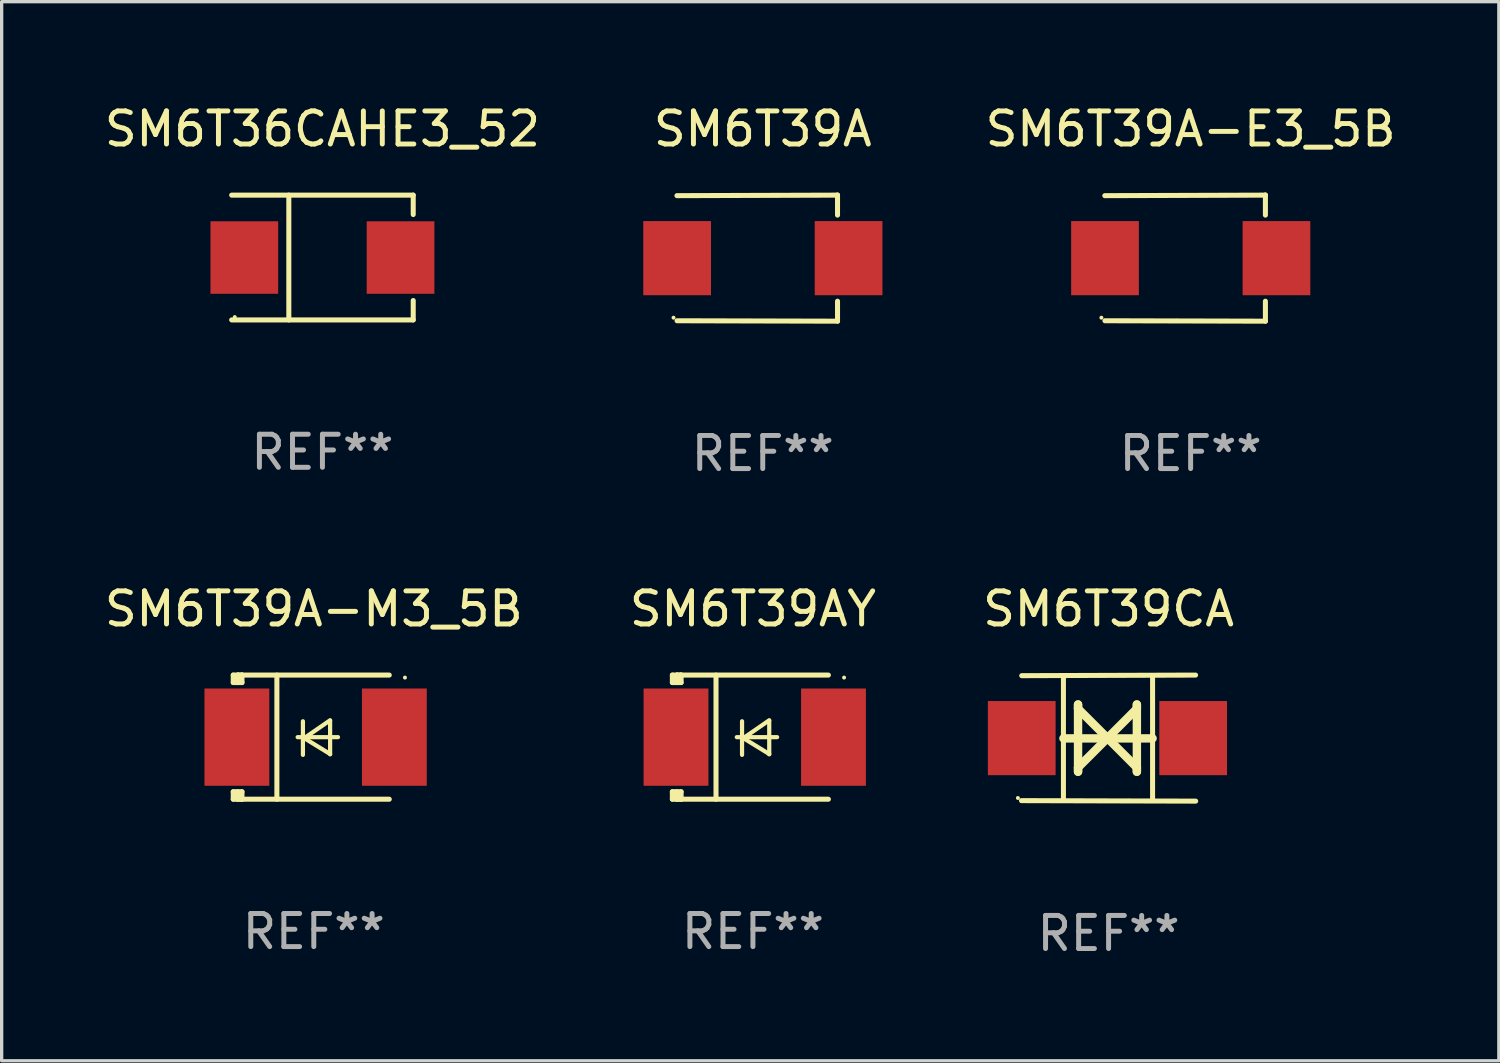
<source format=kicad_pcb>
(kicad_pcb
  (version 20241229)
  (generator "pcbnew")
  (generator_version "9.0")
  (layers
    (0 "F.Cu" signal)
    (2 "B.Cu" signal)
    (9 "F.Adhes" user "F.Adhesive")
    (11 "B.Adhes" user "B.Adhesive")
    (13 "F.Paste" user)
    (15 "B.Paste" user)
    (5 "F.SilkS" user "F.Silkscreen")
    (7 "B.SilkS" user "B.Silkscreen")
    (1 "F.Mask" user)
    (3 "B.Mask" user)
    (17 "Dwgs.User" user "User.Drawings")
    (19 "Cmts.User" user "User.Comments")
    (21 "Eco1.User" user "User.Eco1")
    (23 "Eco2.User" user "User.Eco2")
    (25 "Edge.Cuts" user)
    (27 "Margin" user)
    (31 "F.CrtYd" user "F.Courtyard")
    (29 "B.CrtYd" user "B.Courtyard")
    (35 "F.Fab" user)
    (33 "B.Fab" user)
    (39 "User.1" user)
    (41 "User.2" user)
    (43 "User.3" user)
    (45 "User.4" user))
  (footprint "SM6T39A-E3_5B"
    (layer "F.Cu")
    (at 32.938 4.753)
    (property "Reference" "SM6T39A-E3_5B" (at 0 -3.905 0) (layer "F.SilkS") (effects (font (size 1 1) (thickness 0.15))))
    (attr through_hole)
    (fp_line (start 2.256 -1.905) (end -2.594 -1.889) (stroke (width 0.152) (type solid)) (layer "F.SilkS"))
    (fp_line (start 2.256 -1.905) (end 2.26 -1.905) (stroke (width 0.152) (type solid)) (layer "F.SilkS"))
    (fp_line (start 2.26 -1.905) (end 2.26 -1.301) (stroke (width 0.152) (type solid)) (layer "F.SilkS"))
    (fp_line (start 2.26 1.301) (end 2.26 1.905) (stroke (width 0.152) (type solid)) (layer "F.SilkS"))
    (fp_line (start 2.26 1.905) (end -2.59 1.892) (stroke (width 0.152) (type solid)) (layer "F.SilkS"))
    (fp_circle (center -2.697 1.8) (end -2.667 1.8) (stroke (width 0.06) (type solid)) (fill no) (layer "F.SilkS"))
    (fp_text user "REF**" (at 0 5.905 0) (layer "F.Fab") (effects (font (size 1 1) (thickness 0.15))))
    (pad "1" smd rect (at -2.588 0) (size 2.047 2.241) (layers "F.Cu" "F.Mask" "F.Paste"))
    (pad "2" smd rect (at 2.594 0) (size 2.047 2.241) (layers "F.Cu" "F.Mask" "F.Paste")))
  (footprint "SM6T39CA"
    (layer "F.Cu")
    (at 30.458 19.26)
    (property "Reference" "SM6T39CA" (at 0 -3.905 0) (layer "F.SilkS") (effects (font (size 1 1) (thickness 0.15))))
    (attr through_hole)
    (fp_line (start -1.365 1.886) (end -1.365 -1.886) (stroke (width 0.152) (type solid)) (layer "F.SilkS"))
    (fp_line (start -1.365 0.008) (end 1.33 0.008) (stroke (width 0.254) (type solid)) (layer "F.SilkS"))
    (fp_line (start -0.923 -1.016) (end -0.923 1.016) (stroke (width 0.254) (type solid)) (layer "F.SilkS"))
    (fp_line (start -0.923 -0.889) (end -0.923 -1.016) (stroke (width 0.254) (type solid)) (layer "F.SilkS"))
    (fp_line (start -0.923 0.889) (end -0.034 0) (stroke (width 0.254) (type solid)) (layer "F.SilkS"))
    (fp_line (start -0.923 1.016) (end -0.923 0.889) (stroke (width 0.254) (type solid)) (layer "F.SilkS"))
    (fp_line (start -0.034 0) (end -0.923 -0.889) (stroke (width 0.254) (type solid)) (layer "F.SilkS"))
    (fp_line (start -0.034 0) (end 0.855 0.889) (stroke (width 0.254) (type solid)) (layer "F.SilkS"))
    (fp_line (start 0.855 -1.016) (end 0.855 -0.889) (stroke (width 0.254) (type solid)) (layer "F.SilkS"))
    (fp_line (start 0.855 -0.889) (end -0.034 0) (stroke (width 0.254) (type solid)) (layer "F.SilkS"))
    (fp_line (start 0.855 0.889) (end 0.855 1.016) (stroke (width 0.254) (type solid)) (layer "F.SilkS"))
    (fp_line (start 0.855 1.016) (end 0.855 -1.016) (stroke (width 0.254) (type solid)) (layer "F.SilkS"))
    (fp_line (start 1.33 1.886) (end 1.33 -1.886) (stroke (width 0.152) (type solid)) (layer "F.SilkS"))
    (fp_line (start 2.629 -1.905) (end -2.625 -1.887) (stroke (width 0.152) (type solid)) (layer "F.SilkS"))
    (fp_line (start 2.633 1.905) (end -2.633 1.89) (stroke (width 0.152) (type solid)) (layer "F.SilkS"))
    (fp_circle (center -2.741 1.81) (end -2.711 1.81) (stroke (width 0.06) (type solid)) (fill no) (layer "F.SilkS"))
    (fp_text user "REF**" (at 0 5.905 0) (layer "F.Fab") (effects (font (size 1 1) (thickness 0.15))))
    (pad "1" smd rect (at -2.625 0) (size 2.047 2.241) (layers "F.Cu" "F.Mask" "F.Paste"))
    (pad "2" smd rect (at 2.557 0) (size 2.047 2.241) (layers "F.Cu" "F.Mask" "F.Paste")))
  (footprint "SM6T36CAHE3_52"
    (layer "F.Cu")
    (at 6.696 4.734)
    (property "Reference" "SM6T36CAHE3_52" (at 0 -3.886 0) (layer "F.SilkS") (effects (font (size 1 1) (thickness 0.15))))
    (attr through_hole)
    (fp_line (start -2.744 -1.886) (end 2.744 -1.886) (stroke (width 0.152) (type solid)) (layer "F.SilkS"))
    (fp_line (start -2.744 1.886) (end 2.744 1.886) (stroke (width 0.152) (type solid)) (layer "F.SilkS"))
    (fp_line (start -1.016 -1.886) (end -1.016 1.886) (stroke (width 0.152) (type solid)) (layer "F.SilkS"))
    (fp_line (start 2.744 -1.886) (end 2.744 -1.299) (stroke (width 0.152) (type solid)) (layer "F.SilkS"))
    (fp_line (start 2.744 1.886) (end 2.744 1.299) (stroke (width 0.152) (type solid)) (layer "F.SilkS"))
    (fp_circle (center -2.65 1.8) (end -2.62 1.8) (stroke (width 0.06) (type solid)) (fill no) (layer "F.SilkS"))
    (fp_text user "REF**" (at 0 5.886 0) (layer "F.Fab") (effects (font (size 1 1) (thickness 0.15))))
    (pad "1" smd rect (at -2.361 0) (size 2.047 2.192) (layers "F.Cu" "F.Mask" "F.Paste"))
    (pad "2" smd rect (at 2.361 0) (size 2.047 2.192) (layers "F.Cu" "F.Mask" "F.Paste")))
  (footprint "SM6T39A-M3_5B"
    (layer "F.Cu")
    (at 6.435 19.231)
    (property "Reference" "SM6T39A-M3_5B" (at 0 -3.876 0) (layer "F.SilkS") (effects (font (size 1 1) (thickness 0.15))))
    (attr through_hole)
    (fp_line (start -2.435 1.65) (end -2.171 1.65) (stroke (width 0.152) (type solid)) (layer "F.SilkS"))
    (fp_line (start -2.435 1.876) (end -2.435 1.65) (stroke (width 0.152) (type solid)) (layer "F.SilkS"))
    (fp_line (start -2.435 -1.876) (end -2.171 -1.876) (stroke (width 0.152) (type solid)) (layer "F.SilkS"))
    (fp_line (start -2.435 -1.65) (end -2.435 -1.876) (stroke (width 0.152) (type solid)) (layer "F.SilkS"))
    (fp_line (start -2.305 -1.866) (end -2.295 -1.876) (stroke (width 0.152) (type solid)) (layer "F.SilkS"))
    (fp_line (start -2.305 -1.65) (end -2.305 -1.866) (stroke (width 0.152) (type solid)) (layer "F.SilkS"))
    (fp_line (start -2.305 1.876) (end -2.305 1.65) (stroke (width 0.152) (type solid)) (layer "F.SilkS"))
    (fp_line (start -2.295 -1.876) (end -2.295 -1.65) (stroke (width 0.152) (type solid)) (layer "F.SilkS"))
    (fp_line (start -2.171 1.876) (end -2.435 1.876) (stroke (width 0.152) (type solid)) (layer "F.SilkS"))
    (fp_line (start -2.171 -1.65) (end -2.435 -1.65) (stroke (width 0.152) (type solid)) (layer "F.SilkS"))
    (fp_line (start -2.171 -1.876) (end -2.295 -1.876) (stroke (width 0.152) (type solid)) (layer "F.SilkS"))
    (fp_line (start -2.171 -1.65) (end -2.171 -1.876) (stroke (width 0.152) (type solid)) (layer "F.SilkS"))
    (fp_line (start -2.171 1.876) (end -2.305 1.876) (stroke (width 0.152) (type solid)) (layer "F.SilkS"))
    (fp_line (start -2.171 1.876) (end -2.171 1.65) (stroke (width 0.152) (type solid)) (layer "F.SilkS"))
    (fp_line (start -1.116 1.876) (end -1.116 -1.876) (stroke (width 0.152) (type solid)) (layer "F.SilkS"))
    (fp_line (start -0.488 0.000102) (end 0.731 0.000102) (stroke (width 0.127) (type solid)) (layer "F.SilkS"))
    (fp_line (start -0.329 -0.48) (end -0.329 0.536) (stroke (width 0.127) (type solid)) (layer "F.SilkS"))
    (fp_line (start -0.29 0.03) (end 0.493 0.51) (stroke (width 0.127) (type solid)) (layer "F.SilkS"))
    (fp_line (start 0.493 -0.51) (end -0.29 0.03) (stroke (width 0.127) (type solid)) (layer "F.SilkS"))
    (fp_line (start 0.493 0.52) (end 0.493 -0.496) (stroke (width 0.127) (type solid)) (layer "F.SilkS"))
    (fp_line (start 2.281 -1.876) (end -2.171 -1.876) (stroke (width 0.152) (type solid)) (layer "F.SilkS"))
    (fp_line (start 2.281 1.876) (end -2.171 1.876) (stroke (width 0.152) (type solid)) (layer "F.SilkS"))
    (fp_circle (center 2.755 -1.8) (end 2.785 -1.8) (stroke (width 0.06) (type solid)) (fill no) (layer "F.SilkS"))
    (fp_text user "REF**" (at 0 5.876 0) (layer "F.Fab") (effects (font (size 1 1) (thickness 0.15))))
    (pad "1" smd rect (at 2.435 -0.000025 180) (size 1.96 2.94) (layers "F.Cu" "F.Mask" "F.Paste"))
    (pad "2" smd rect (at -2.325 -0.000025 180) (size 1.96 2.94) (layers "F.Cu" "F.Mask" "F.Paste")))
  (footprint "SM6T39A"
    (layer "F.Cu")
    (at 20.005 4.753)
    (property "Reference" "SM6T39A" (at 0 -3.905 0) (layer "F.SilkS") (effects (font (size 1 1) (thickness 0.15))))
    (attr through_hole)
    (fp_line (start 2.256 -1.905) (end -2.594 -1.889) (stroke (width 0.152) (type solid)) (layer "F.SilkS"))
    (fp_line (start 2.256 -1.905) (end 2.26 -1.905) (stroke (width 0.152) (type solid)) (layer "F.SilkS"))
    (fp_line (start 2.26 -1.905) (end 2.26 -1.301) (stroke (width 0.152) (type solid)) (layer "F.SilkS"))
    (fp_line (start 2.26 1.301) (end 2.26 1.905) (stroke (width 0.152) (type solid)) (layer "F.SilkS"))
    (fp_line (start 2.26 1.905) (end -2.59 1.892) (stroke (width 0.152) (type solid)) (layer "F.SilkS"))
    (fp_circle (center -2.697 1.8) (end -2.667 1.8) (stroke (width 0.06) (type solid)) (fill no) (layer "F.SilkS"))
    (fp_text user "REF**" (at 0 5.905 0) (layer "F.Fab") (effects (font (size 1 1) (thickness 0.15))))
    (pad "1" smd rect (at -2.588 0) (size 2.047 2.241) (layers "F.Cu" "F.Mask" "F.Paste"))
    (pad "2" smd rect (at 2.594 0) (size 2.047 2.241) (layers "F.Cu" "F.Mask" "F.Paste")))
  (footprint "SM6T39AY"
    (layer "F.Cu")
    (at 19.708 19.231)
    (property "Reference" "SM6T39AY" (at 0 -3.876 0) (layer "F.SilkS") (effects (font (size 1 1) (thickness 0.15))))
    (attr through_hole)
    (fp_line (start -2.435 1.65) (end -2.171 1.65) (stroke (width 0.152) (type solid)) (layer "F.SilkS"))
    (fp_line (start -2.435 1.876) (end -2.435 1.65) (stroke (width 0.152) (type solid)) (layer "F.SilkS"))
    (fp_line (start -2.435 -1.876) (end -2.171 -1.876) (stroke (width 0.152) (type solid)) (layer "F.SilkS"))
    (fp_line (start -2.435 -1.65) (end -2.435 -1.876) (stroke (width 0.152) (type solid)) (layer "F.SilkS"))
    (fp_line (start -2.305 -1.866) (end -2.295 -1.876) (stroke (width 0.152) (type solid)) (layer "F.SilkS"))
    (fp_line (start -2.305 -1.65) (end -2.305 -1.866) (stroke (width 0.152) (type solid)) (layer "F.SilkS"))
    (fp_line (start -2.305 1.876) (end -2.305 1.65) (stroke (width 0.152) (type solid)) (layer "F.SilkS"))
    (fp_line (start -2.295 -1.876) (end -2.295 -1.65) (stroke (width 0.152) (type solid)) (layer "F.SilkS"))
    (fp_line (start -2.171 1.876) (end -2.435 1.876) (stroke (width 0.152) (type solid)) (layer "F.SilkS"))
    (fp_line (start -2.171 -1.65) (end -2.435 -1.65) (stroke (width 0.152) (type solid)) (layer "F.SilkS"))
    (fp_line (start -2.171 -1.876) (end -2.295 -1.876) (stroke (width 0.152) (type solid)) (layer "F.SilkS"))
    (fp_line (start -2.171 -1.65) (end -2.171 -1.876) (stroke (width 0.152) (type solid)) (layer "F.SilkS"))
    (fp_line (start -2.171 1.876) (end -2.305 1.876) (stroke (width 0.152) (type solid)) (layer "F.SilkS"))
    (fp_line (start -2.171 1.876) (end -2.171 1.65) (stroke (width 0.152) (type solid)) (layer "F.SilkS"))
    (fp_line (start -1.116 1.876) (end -1.116 -1.876) (stroke (width 0.152) (type solid)) (layer "F.SilkS"))
    (fp_line (start -0.488 0.000102) (end 0.731 0.000102) (stroke (width 0.127) (type solid)) (layer "F.SilkS"))
    (fp_line (start -0.329 -0.48) (end -0.329 0.536) (stroke (width 0.127) (type solid)) (layer "F.SilkS"))
    (fp_line (start -0.29 0.03) (end 0.493 0.51) (stroke (width 0.127) (type solid)) (layer "F.SilkS"))
    (fp_line (start 0.493 -0.51) (end -0.29 0.03) (stroke (width 0.127) (type solid)) (layer "F.SilkS"))
    (fp_line (start 0.493 0.52) (end 0.493 -0.496) (stroke (width 0.127) (type solid)) (layer "F.SilkS"))
    (fp_line (start 2.281 -1.876) (end -2.171 -1.876) (stroke (width 0.152) (type solid)) (layer "F.SilkS"))
    (fp_line (start 2.281 1.876) (end -2.171 1.876) (stroke (width 0.152) (type solid)) (layer "F.SilkS"))
    (fp_circle (center 2.755 -1.8) (end 2.785 -1.8) (stroke (width 0.06) (type solid)) (fill no) (layer "F.SilkS"))
    (fp_text user "REF**" (at 0 5.876 0) (layer "F.Fab") (effects (font (size 1 1) (thickness 0.15))))
    (pad "1" smd rect (at 2.435 -0.000025 180) (size 1.96 2.94) (layers "F.Cu" "F.Mask" "F.Paste"))
    (pad "2" smd rect (at -2.325 -0.000025 180) (size 1.96 2.94) (layers "F.Cu" "F.Mask" "F.Paste")))
  (gr_rect
    (start -3 -3)
    (end 42.254 29.013)
    (stroke (width 0.1) (type default))
    (fill no)
    (layer "Edge.Cuts")))
</source>
